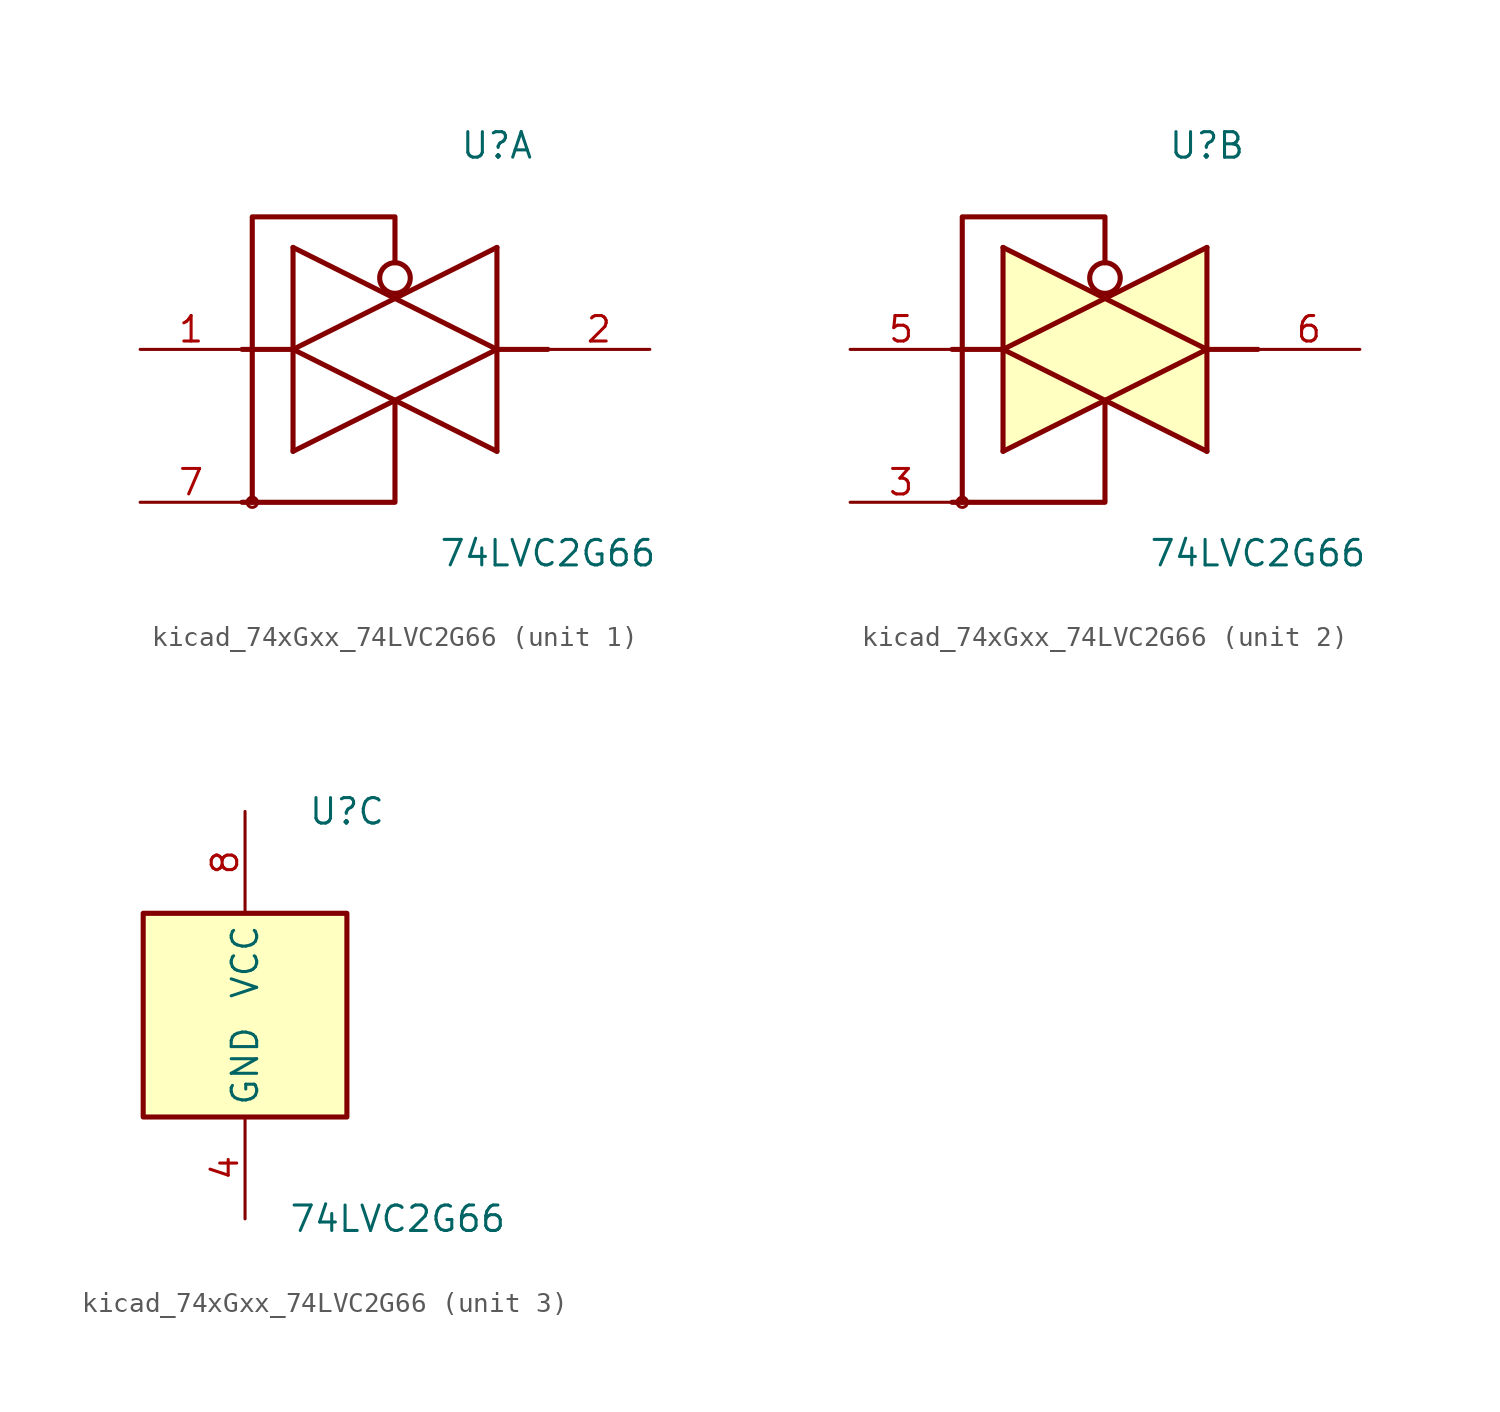
<source format=kicad_sym>
(kicad_symbol_lib
  (version 20220914)
  (generator kicad_symbol_editor)
  (symbol "kicad_74xGxx_74LVC2G66"
    (property "Reference" "U"
      (at 5.08 10.16 0)
      (effects (font (size 1.27 1.27))))
    (property "Value" "74LVC2G66"
      (at 7.62 -10.16 0)
      (effects (font (size 1.27 1.27))))
    (property "ki_locked" ""
      (at 0 0 0)
      (effects (font (size 1.27 1.27))))
    (symbol "kicad_74xGxx_74LVC2G66_1_1"
      (circle (center -7.112 -7.62) (radius 0.254) (stroke (width 0) (type default)) (fill (type none)))
      (polyline (pts (xy -7.62 0) (xy -5.08 0)) (stroke (width 0.254) (type default)) (fill (type background)))
      (polyline (pts (xy -5.08 5.08) (xy -5.08 -5.08)) (stroke (width 0.254) (type default)) (fill (type background)))
      (polyline (pts (xy 5.08 0) (xy 7.62 0)) (stroke (width 0.254) (type default)) (fill (type background)))
      (polyline (pts (xy 5.08 5.08) (xy 5.08 -5.08)) (stroke (width 0.254) (type default)) (fill (type none)))
      (polyline (pts (xy -7.62 -7.62) (xy 0 -7.62) (xy 0 -2.54)) (stroke (width 0.254) (type default)) (fill (type none)))
      (polyline (pts (xy -5.08 -5.08) (xy 5.08 0) (xy -5.08 5.08)) (stroke (width 0.254) (type default)) (fill (type none)))
      (polyline (pts (xy 5.08 5.08) (xy -5.08 0) (xy 5.08 -5.08)) (stroke (width 0.254) (type default)) (fill (type none)))
      (polyline (pts (xy 0 4.318) (xy 0 6.604) (xy -7.112 6.604) (xy -7.112 -7.62)) (stroke (width 0.254) (type default)) (fill (type none)))
      (circle (center 0 3.556) (radius 0.762) (stroke (width 0.254) (type default)) (fill (type none)))
      (pin input line (at -12.7 0 0) (length 5.08) (name "~" (effects (font (size 1.27 1.27)))) (number "1" (effects (font (size 1.27 1.27)))))
      (pin tri_state line (at 12.7 0 180) (length 5.08) (name "~" (effects (font (size 1.27 1.27)))) (number "2" (effects (font (size 1.27 1.27)))))
      (pin input line (at -12.7 -7.62 0) (length 5.08) (name "~" (effects (font (size 1.27 1.27)))) (number "7" (effects (font (size 1.27 1.27))))))
    (symbol "kicad_74xGxx_74LVC2G66_2_1"
      (circle (center -7.112 -7.62) (radius 0.254) (stroke (width 0) (type default)) (fill (type none)))
      (polyline (pts (xy -7.62 0) (xy -5.08 0)) (stroke (width 0.254) (type default)) (fill (type background)))
      (polyline (pts (xy -5.08 5.08) (xy -5.08 -5.08)) (stroke (width 0.254) (type default)) (fill (type background)))
      (polyline (pts (xy 5.08 0) (xy 7.62 0)) (stroke (width 0.254) (type default)) (fill (type background)))
      (polyline (pts (xy 5.08 5.08) (xy 5.08 -5.08)) (stroke (width 0.254) (type default)) (fill (type background)))
      (polyline (pts (xy -7.62 -7.62) (xy 0 -7.62) (xy 0 -2.54)) (stroke (width 0.254) (type default)) (fill (type none)))
      (polyline (pts (xy -5.08 -5.08) (xy 5.08 0) (xy -5.08 5.08)) (stroke (width 0.254) (type default)) (fill (type background)))
      (polyline (pts (xy 5.08 5.08) (xy -5.08 0) (xy 5.08 -5.08)) (stroke (width 0.254) (type default)) (fill (type background)))
      (polyline (pts (xy 0 4.318) (xy 0 6.604) (xy -7.112 6.604) (xy -7.112 -7.62)) (stroke (width 0.254) (type default)) (fill (type none)))
      (circle (center 0 3.556) (radius 0.762) (stroke (width 0.254) (type default)) (fill (type none)))
      (pin input line (at -12.7 -7.62 0) (length 5.08) (name "~" (effects (font (size 1.27 1.27)))) (number "3" (effects (font (size 1.27 1.27)))))
      (pin input line (at -12.7 0 0) (length 5.08) (name "~" (effects (font (size 1.27 1.27)))) (number "5" (effects (font (size 1.27 1.27)))))
      (pin tri_state line (at 12.7 0 180) (length 5.08) (name "~" (effects (font (size 1.27 1.27)))) (number "6" (effects (font (size 1.27 1.27))))))
    (symbol "kicad_74xGxx_74LVC2G66_3_1"
      (rectangle (start -5.08 5.08) (end 5.08 -5.08) (stroke (width 0.254) (type default)) (fill (type background)))
      (pin power_in line (at 0 -10.16 90) (length 5.08) (name "GND" (effects (font (size 1.27 1.27)))) (number "4" (effects (font (size 1.27 1.27)))))
      (pin power_in line (at 0 10.16 270) (length 5.08) (name "VCC" (effects (font (size 1.27 1.27)))) (number "8" (effects (font (size 1.27 1.27))))))))
</source>
